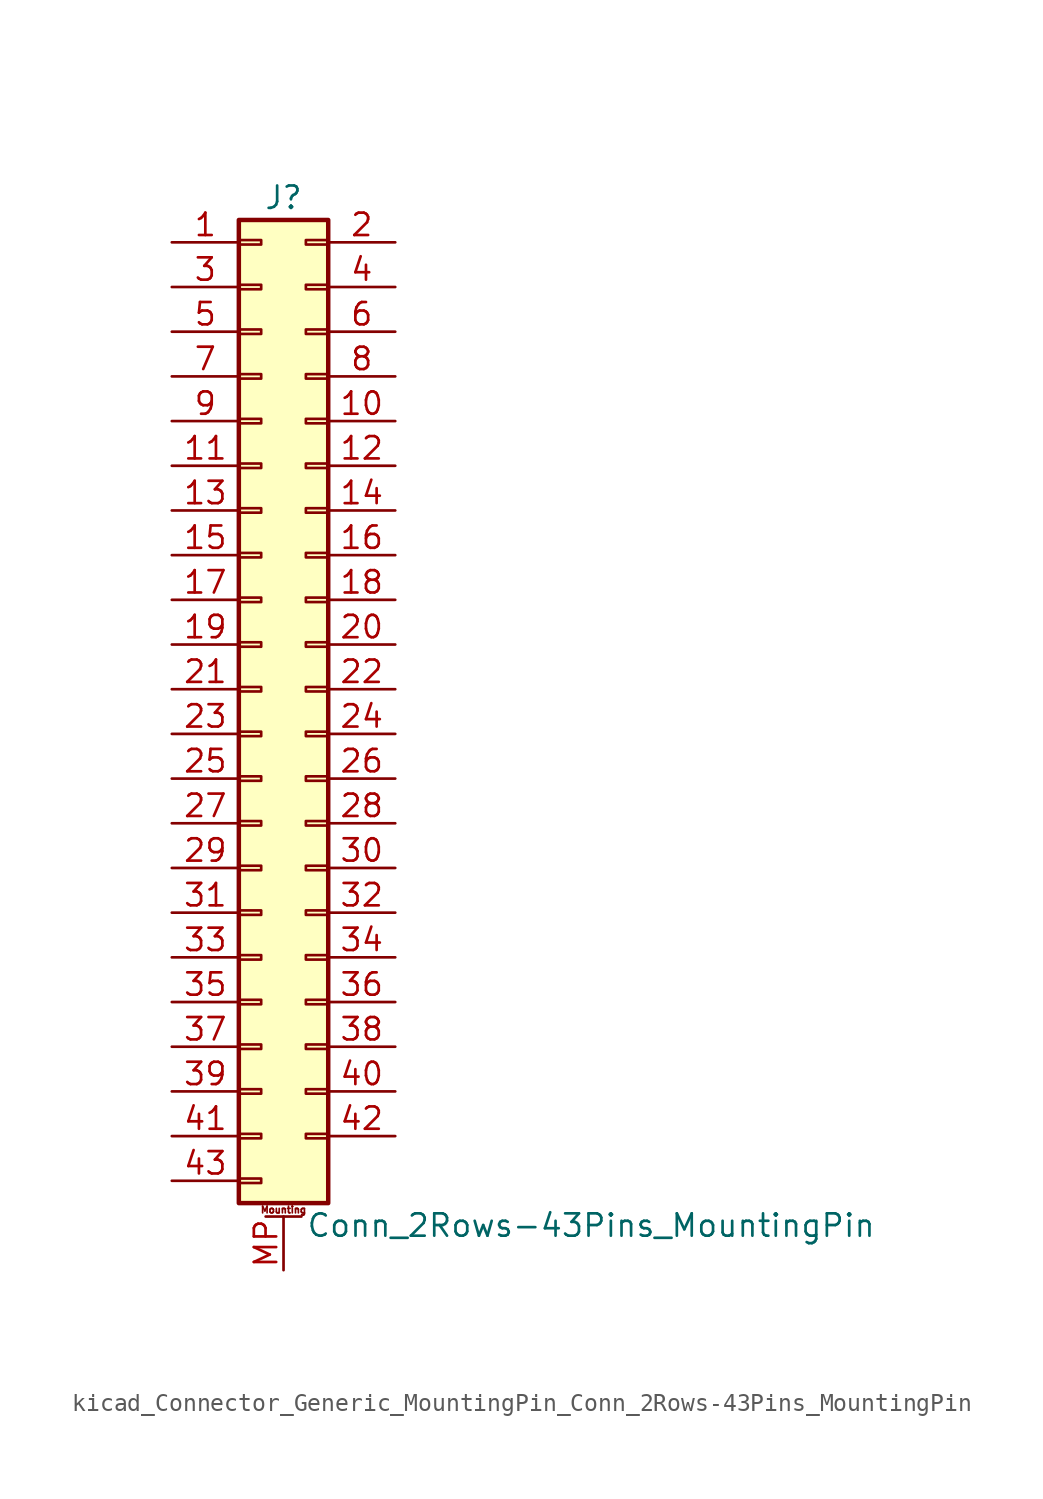
<source format=kicad_sym>
(kicad_symbol_lib
  (version 20220914)
  (generator kicad_symbol_editor)
  (symbol "kicad_Connector_Generic_MountingPin_Conn_2Rows-43Pins_MountingPin"
    (pin_names
      (offset 1.016) hide)
    (property "Reference" "J"
      (at 1.27 27.94 0)
      (effects (font (size 1.27 1.27))))
    (property "Value" "Conn_2Rows-43Pins_MountingPin"
      (at 2.54 -30.48 0)
      (effects (font (size 1.27 1.27)) (justify left)))
    (symbol "kicad_Connector_Generic_MountingPin_Conn_2Rows-43Pins_MountingPin_1_1"
      (rectangle (start -1.27 -27.813) (end 0 -28.067) (stroke (width 0.152) (type default)) (fill (type none)))
      (rectangle (start -1.27 -25.273) (end 0 -25.527) (stroke (width 0.152) (type default)) (fill (type none)))
      (rectangle (start -1.27 -22.733) (end 0 -22.987) (stroke (width 0.152) (type default)) (fill (type none)))
      (rectangle (start -1.27 -20.193) (end 0 -20.447) (stroke (width 0.152) (type default)) (fill (type none)))
      (rectangle (start -1.27 -17.653) (end 0 -17.907) (stroke (width 0.152) (type default)) (fill (type none)))
      (rectangle (start -1.27 -15.113) (end 0 -15.367) (stroke (width 0.152) (type default)) (fill (type none)))
      (rectangle (start -1.27 -12.573) (end 0 -12.827) (stroke (width 0.152) (type default)) (fill (type none)))
      (rectangle (start -1.27 -10.033) (end 0 -10.287) (stroke (width 0.152) (type default)) (fill (type none)))
      (rectangle (start -1.27 -7.493) (end 0 -7.747) (stroke (width 0.152) (type default)) (fill (type none)))
      (rectangle (start -1.27 -4.953) (end 0 -5.207) (stroke (width 0.152) (type default)) (fill (type none)))
      (rectangle (start -1.27 -2.413) (end 0 -2.667) (stroke (width 0.152) (type default)) (fill (type none)))
      (rectangle (start -1.27 0.127) (end 0 -0.127) (stroke (width 0.152) (type default)) (fill (type none)))
      (rectangle (start -1.27 2.667) (end 0 2.413) (stroke (width 0.152) (type default)) (fill (type none)))
      (rectangle (start -1.27 5.207) (end 0 4.953) (stroke (width 0.152) (type default)) (fill (type none)))
      (rectangle (start -1.27 7.747) (end 0 7.493) (stroke (width 0.152) (type default)) (fill (type none)))
      (rectangle (start -1.27 10.287) (end 0 10.033) (stroke (width 0.152) (type default)) (fill (type none)))
      (rectangle (start -1.27 12.827) (end 0 12.573) (stroke (width 0.152) (type default)) (fill (type none)))
      (rectangle (start -1.27 15.367) (end 0 15.113) (stroke (width 0.152) (type default)) (fill (type none)))
      (rectangle (start -1.27 17.907) (end 0 17.653) (stroke (width 0.152) (type default)) (fill (type none)))
      (rectangle (start -1.27 20.447) (end 0 20.193) (stroke (width 0.152) (type default)) (fill (type none)))
      (rectangle (start -1.27 22.987) (end 0 22.733) (stroke (width 0.152) (type default)) (fill (type none)))
      (rectangle (start -1.27 25.527) (end 0 25.273) (stroke (width 0.152) (type default)) (fill (type none)))
      (rectangle (start -1.27 26.67) (end 3.81 -29.21) (stroke (width 0.254) (type default)) (fill (type background)))
      (polyline (pts (xy 0.254 -29.972) (xy 2.286 -29.972)) (stroke (width 0.152) (type default)) (fill (type none)))
      (rectangle (start 3.81 -25.273) (end 2.54 -25.527) (stroke (width 0.152) (type default)) (fill (type none)))
      (rectangle (start 3.81 -22.733) (end 2.54 -22.987) (stroke (width 0.152) (type default)) (fill (type none)))
      (rectangle (start 3.81 -20.193) (end 2.54 -20.447) (stroke (width 0.152) (type default)) (fill (type none)))
      (rectangle (start 3.81 -17.653) (end 2.54 -17.907) (stroke (width 0.152) (type default)) (fill (type none)))
      (rectangle (start 3.81 -15.113) (end 2.54 -15.367) (stroke (width 0.152) (type default)) (fill (type none)))
      (rectangle (start 3.81 -12.573) (end 2.54 -12.827) (stroke (width 0.152) (type default)) (fill (type none)))
      (rectangle (start 3.81 -10.033) (end 2.54 -10.287) (stroke (width 0.152) (type default)) (fill (type none)))
      (rectangle (start 3.81 -7.493) (end 2.54 -7.747) (stroke (width 0.152) (type default)) (fill (type none)))
      (rectangle (start 3.81 -4.953) (end 2.54 -5.207) (stroke (width 0.152) (type default)) (fill (type none)))
      (rectangle (start 3.81 -2.413) (end 2.54 -2.667) (stroke (width 0.152) (type default)) (fill (type none)))
      (rectangle (start 3.81 0.127) (end 2.54 -0.127) (stroke (width 0.152) (type default)) (fill (type none)))
      (rectangle (start 3.81 2.667) (end 2.54 2.413) (stroke (width 0.152) (type default)) (fill (type none)))
      (rectangle (start 3.81 5.207) (end 2.54 4.953) (stroke (width 0.152) (type default)) (fill (type none)))
      (rectangle (start 3.81 7.747) (end 2.54 7.493) (stroke (width 0.152) (type default)) (fill (type none)))
      (rectangle (start 3.81 10.287) (end 2.54 10.033) (stroke (width 0.152) (type default)) (fill (type none)))
      (rectangle (start 3.81 12.827) (end 2.54 12.573) (stroke (width 0.152) (type default)) (fill (type none)))
      (rectangle (start 3.81 15.367) (end 2.54 15.113) (stroke (width 0.152) (type default)) (fill (type none)))
      (rectangle (start 3.81 17.907) (end 2.54 17.653) (stroke (width 0.152) (type default)) (fill (type none)))
      (rectangle (start 3.81 20.447) (end 2.54 20.193) (stroke (width 0.152) (type default)) (fill (type none)))
      (rectangle (start 3.81 22.987) (end 2.54 22.733) (stroke (width 0.152) (type default)) (fill (type none)))
      (rectangle (start 3.81 25.527) (end 2.54 25.273) (stroke (width 0.152) (type default)) (fill (type none)))
      (text "Mounting" (at 1.27 -29.591 0) (effects (font (size 0.381 0.381))))
      (pin passive line (at -5.08 25.4 0) (length 3.81) (name "Pin_1" (effects (font (size 1.27 1.27)))) (number "1" (effects (font (size 1.27 1.27)))))
      (pin passive line (at 7.62 15.24 180) (length 3.81) (name "Pin_10" (effects (font (size 1.27 1.27)))) (number "10" (effects (font (size 1.27 1.27)))))
      (pin passive line (at -5.08 12.7 0) (length 3.81) (name "Pin_11" (effects (font (size 1.27 1.27)))) (number "11" (effects (font (size 1.27 1.27)))))
      (pin passive line (at 7.62 12.7 180) (length 3.81) (name "Pin_12" (effects (font (size 1.27 1.27)))) (number "12" (effects (font (size 1.27 1.27)))))
      (pin passive line (at -5.08 10.16 0) (length 3.81) (name "Pin_13" (effects (font (size 1.27 1.27)))) (number "13" (effects (font (size 1.27 1.27)))))
      (pin passive line (at 7.62 10.16 180) (length 3.81) (name "Pin_14" (effects (font (size 1.27 1.27)))) (number "14" (effects (font (size 1.27 1.27)))))
      (pin passive line (at -5.08 7.62 0) (length 3.81) (name "Pin_15" (effects (font (size 1.27 1.27)))) (number "15" (effects (font (size 1.27 1.27)))))
      (pin passive line (at 7.62 7.62 180) (length 3.81) (name "Pin_16" (effects (font (size 1.27 1.27)))) (number "16" (effects (font (size 1.27 1.27)))))
      (pin passive line (at -5.08 5.08 0) (length 3.81) (name "Pin_17" (effects (font (size 1.27 1.27)))) (number "17" (effects (font (size 1.27 1.27)))))
      (pin passive line (at 7.62 5.08 180) (length 3.81) (name "Pin_18" (effects (font (size 1.27 1.27)))) (number "18" (effects (font (size 1.27 1.27)))))
      (pin passive line (at -5.08 2.54 0) (length 3.81) (name "Pin_19" (effects (font (size 1.27 1.27)))) (number "19" (effects (font (size 1.27 1.27)))))
      (pin passive line (at 7.62 25.4 180) (length 3.81) (name "Pin_2" (effects (font (size 1.27 1.27)))) (number "2" (effects (font (size 1.27 1.27)))))
      (pin passive line (at 7.62 2.54 180) (length 3.81) (name "Pin_20" (effects (font (size 1.27 1.27)))) (number "20" (effects (font (size 1.27 1.27)))))
      (pin passive line (at -5.08 0 0) (length 3.81) (name "Pin_21" (effects (font (size 1.27 1.27)))) (number "21" (effects (font (size 1.27 1.27)))))
      (pin passive line (at 7.62 0 180) (length 3.81) (name "Pin_22" (effects (font (size 1.27 1.27)))) (number "22" (effects (font (size 1.27 1.27)))))
      (pin passive line (at -5.08 -2.54 0) (length 3.81) (name "Pin_23" (effects (font (size 1.27 1.27)))) (number "23" (effects (font (size 1.27 1.27)))))
      (pin passive line (at 7.62 -2.54 180) (length 3.81) (name "Pin_24" (effects (font (size 1.27 1.27)))) (number "24" (effects (font (size 1.27 1.27)))))
      (pin passive line (at -5.08 -5.08 0) (length 3.81) (name "Pin_25" (effects (font (size 1.27 1.27)))) (number "25" (effects (font (size 1.27 1.27)))))
      (pin passive line (at 7.62 -5.08 180) (length 3.81) (name "Pin_26" (effects (font (size 1.27 1.27)))) (number "26" (effects (font (size 1.27 1.27)))))
      (pin passive line (at -5.08 -7.62 0) (length 3.81) (name "Pin_27" (effects (font (size 1.27 1.27)))) (number "27" (effects (font (size 1.27 1.27)))))
      (pin passive line (at 7.62 -7.62 180) (length 3.81) (name "Pin_28" (effects (font (size 1.27 1.27)))) (number "28" (effects (font (size 1.27 1.27)))))
      (pin passive line (at -5.08 -10.16 0) (length 3.81) (name "Pin_29" (effects (font (size 1.27 1.27)))) (number "29" (effects (font (size 1.27 1.27)))))
      (pin passive line (at -5.08 22.86 0) (length 3.81) (name "Pin_3" (effects (font (size 1.27 1.27)))) (number "3" (effects (font (size 1.27 1.27)))))
      (pin passive line (at 7.62 -10.16 180) (length 3.81) (name "Pin_30" (effects (font (size 1.27 1.27)))) (number "30" (effects (font (size 1.27 1.27)))))
      (pin passive line (at -5.08 -12.7 0) (length 3.81) (name "Pin_31" (effects (font (size 1.27 1.27)))) (number "31" (effects (font (size 1.27 1.27)))))
      (pin passive line (at 7.62 -12.7 180) (length 3.81) (name "Pin_32" (effects (font (size 1.27 1.27)))) (number "32" (effects (font (size 1.27 1.27)))))
      (pin passive line (at -5.08 -15.24 0) (length 3.81) (name "Pin_33" (effects (font (size 1.27 1.27)))) (number "33" (effects (font (size 1.27 1.27)))))
      (pin passive line (at 7.62 -15.24 180) (length 3.81) (name "Pin_34" (effects (font (size 1.27 1.27)))) (number "34" (effects (font (size 1.27 1.27)))))
      (pin passive line (at -5.08 -17.78 0) (length 3.81) (name "Pin_35" (effects (font (size 1.27 1.27)))) (number "35" (effects (font (size 1.27 1.27)))))
      (pin passive line (at 7.62 -17.78 180) (length 3.81) (name "Pin_36" (effects (font (size 1.27 1.27)))) (number "36" (effects (font (size 1.27 1.27)))))
      (pin passive line (at -5.08 -20.32 0) (length 3.81) (name "Pin_37" (effects (font (size 1.27 1.27)))) (number "37" (effects (font (size 1.27 1.27)))))
      (pin passive line (at 7.62 -20.32 180) (length 3.81) (name "Pin_38" (effects (font (size 1.27 1.27)))) (number "38" (effects (font (size 1.27 1.27)))))
      (pin passive line (at -5.08 -22.86 0) (length 3.81) (name "Pin_39" (effects (font (size 1.27 1.27)))) (number "39" (effects (font (size 1.27 1.27)))))
      (pin passive line (at 7.62 22.86 180) (length 3.81) (name "Pin_4" (effects (font (size 1.27 1.27)))) (number "4" (effects (font (size 1.27 1.27)))))
      (pin passive line (at 7.62 -22.86 180) (length 3.81) (name "Pin_40" (effects (font (size 1.27 1.27)))) (number "40" (effects (font (size 1.27 1.27)))))
      (pin passive line (at -5.08 -25.4 0) (length 3.81) (name "Pin_41" (effects (font (size 1.27 1.27)))) (number "41" (effects (font (size 1.27 1.27)))))
      (pin passive line (at 7.62 -25.4 180) (length 3.81) (name "Pin_42" (effects (font (size 1.27 1.27)))) (number "42" (effects (font (size 1.27 1.27)))))
      (pin passive line (at -5.08 -27.94 0) (length 3.81) (name "Pin_43" (effects (font (size 1.27 1.27)))) (number "43" (effects (font (size 1.27 1.27)))))
      (pin passive line (at -5.08 20.32 0) (length 3.81) (name "Pin_5" (effects (font (size 1.27 1.27)))) (number "5" (effects (font (size 1.27 1.27)))))
      (pin passive line (at 7.62 20.32 180) (length 3.81) (name "Pin_6" (effects (font (size 1.27 1.27)))) (number "6" (effects (font (size 1.27 1.27)))))
      (pin passive line (at -5.08 17.78 0) (length 3.81) (name "Pin_7" (effects (font (size 1.27 1.27)))) (number "7" (effects (font (size 1.27 1.27)))))
      (pin passive line (at 7.62 17.78 180) (length 3.81) (name "Pin_8" (effects (font (size 1.27 1.27)))) (number "8" (effects (font (size 1.27 1.27)))))
      (pin passive line (at -5.08 15.24 0) (length 3.81) (name "Pin_9" (effects (font (size 1.27 1.27)))) (number "9" (effects (font (size 1.27 1.27)))))
      (pin passive line (at 1.27 -33.02 90) (length 3.048) (name "MountPin" (effects (font (size 1.27 1.27)))) (number "MP" (effects (font (size 1.27 1.27))))))))
</source>
